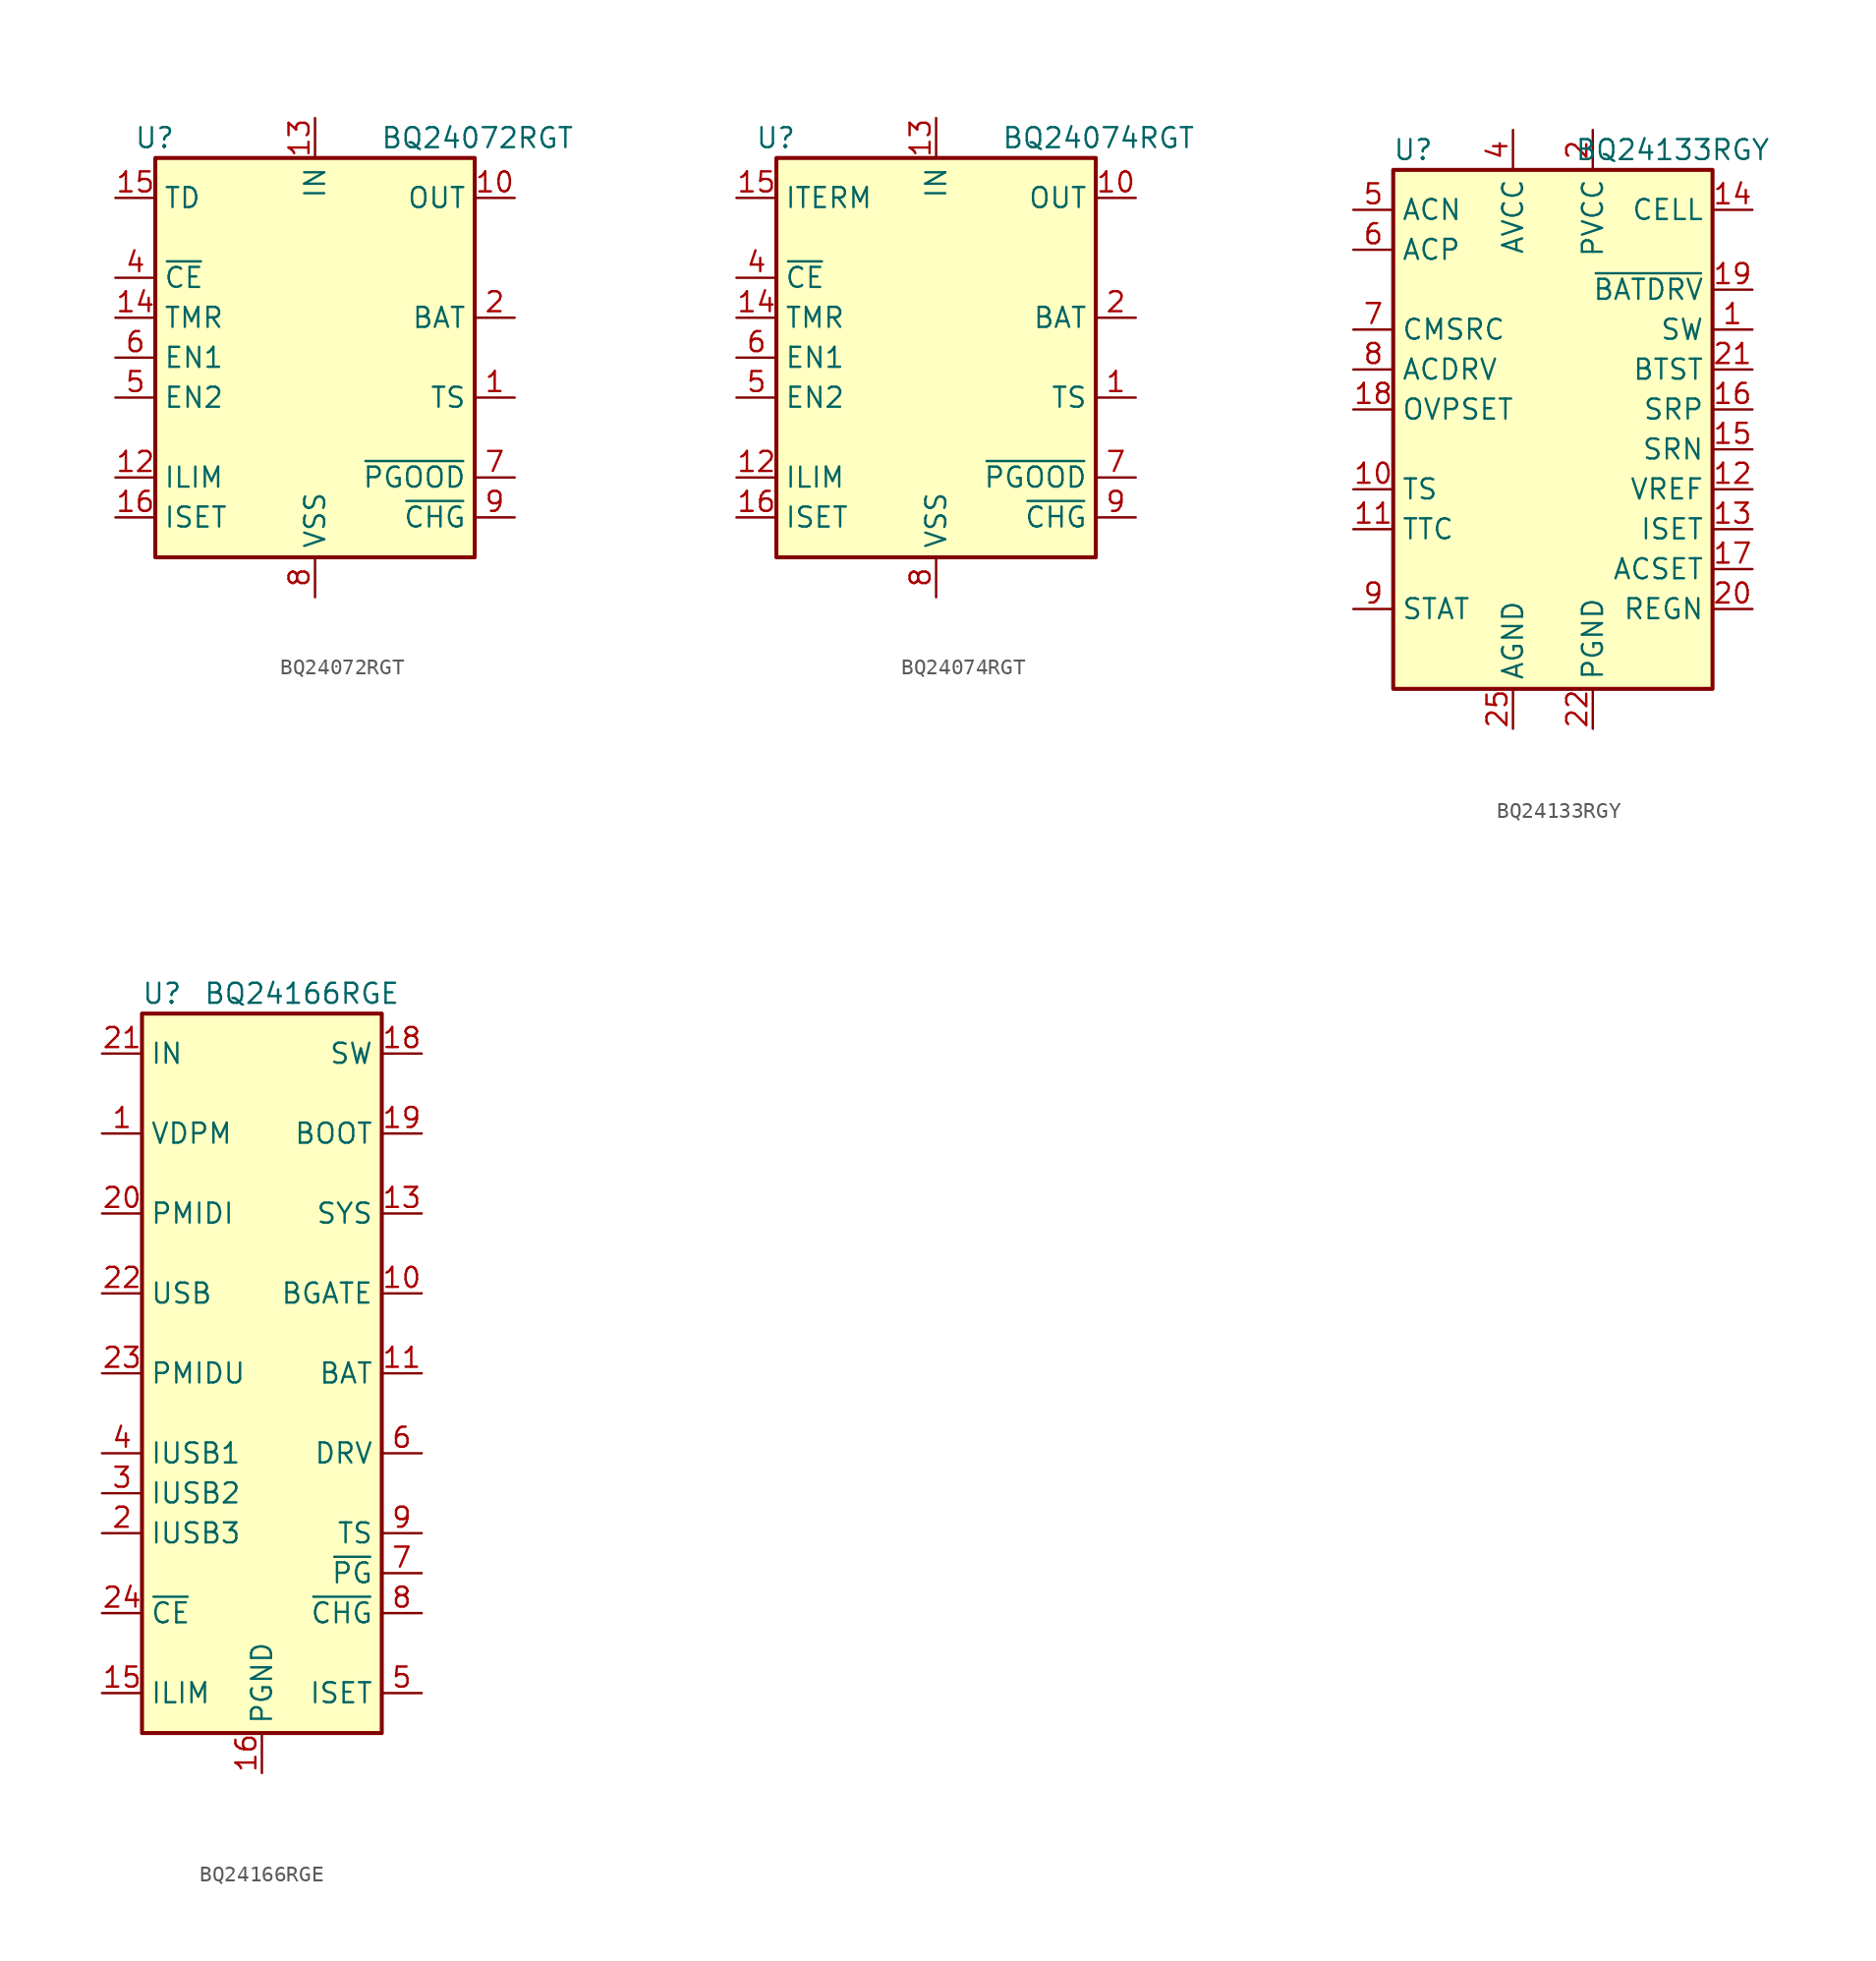
<source format=kicad_sym>
(kicad_symbol_lib
  (version 20241209)
  (generator "kicad_symbol_editor")
  (generator_version "9.0")
  (symbol "BQ24072RGT"
    (property "Reference" "U"
      (at -8.89 13.97 0)
      (effects (font (size 1.27 1.27)) (justify right)))
    (property "Value" "BQ24072RGT"
      (at 16.51 13.97 0)
      (effects (font (size 1.27 1.27)) (justify right)))
    (symbol "BQ24072RGT_0_1"
      (rectangle (start -10.16 12.7) (end 10.16 -12.7) (stroke (width 0.254) (type default)) (fill (type background))))
    (symbol "BQ24072RGT_1_1"
      (pin input line (at -12.7 10.16 0) (length 2.54) (name "TD" (effects (font (size 1.27 1.27)))) (number "15" (effects (font (size 1.27 1.27)))))
      (pin input line (at -12.7 5.08 0) (length 2.54) (name "~{CE}" (effects (font (size 1.27 1.27)))) (number "4" (effects (font (size 1.27 1.27)))))
      (pin input line (at -12.7 2.54 0) (length 2.54) (name "TMR" (effects (font (size 1.27 1.27)))) (number "14" (effects (font (size 1.27 1.27)))))
      (pin input line (at -12.7 0 0) (length 2.54) (name "EN1" (effects (font (size 1.27 1.27)))) (number "6" (effects (font (size 1.27 1.27)))))
      (pin input line (at -12.7 -2.54 0) (length 2.54) (name "EN2" (effects (font (size 1.27 1.27)))) (number "5" (effects (font (size 1.27 1.27)))))
      (pin passive line (at -12.7 -7.62 0) (length 2.54) (name "ILIM" (effects (font (size 1.27 1.27)))) (number "12" (effects (font (size 1.27 1.27)))))
      (pin passive line (at -12.7 -10.16 0) (length 2.54) (name "ISET" (effects (font (size 1.27 1.27)))) (number "16" (effects (font (size 1.27 1.27)))))
      (pin power_in line (at 0 15.24 270) (length 2.54) (name "IN" (effects (font (size 1.27 1.27)))) (number "13" (effects (font (size 1.27 1.27)))))
      (pin passive line (at 0 -15.24 90) (length 2.54) (hide yes) (name "VSS" (effects (font (size 1.27 1.27)))) (number "17" (effects (font (size 1.27 1.27)))))
      (pin power_in line (at 0 -15.24 90) (length 2.54) (name "VSS" (effects (font (size 1.27 1.27)))) (number "8" (effects (font (size 1.27 1.27)))))
      (pin power_out line (at 12.7 10.16 180) (length 2.54) (name "OUT" (effects (font (size 1.27 1.27)))) (number "10" (effects (font (size 1.27 1.27)))))
      (pin passive line (at 12.7 10.16 180) (length 2.54) (hide yes) (name "OUT" (effects (font (size 1.27 1.27)))) (number "11" (effects (font (size 1.27 1.27)))))
      (pin power_out line (at 12.7 2.54 180) (length 2.54) (name "BAT" (effects (font (size 1.27 1.27)))) (number "2" (effects (font (size 1.27 1.27)))))
      (pin passive line (at 12.7 2.54 180) (length 2.54) (hide yes) (name "BAT" (effects (font (size 1.27 1.27)))) (number "3" (effects (font (size 1.27 1.27)))))
      (pin passive line (at 12.7 -2.54 180) (length 2.54) (name "TS" (effects (font (size 1.27 1.27)))) (number "1" (effects (font (size 1.27 1.27)))))
      (pin open_collector line (at 12.7 -7.62 180) (length 2.54) (name "~{PGOOD}" (effects (font (size 1.27 1.27)))) (number "7" (effects (font (size 1.27 1.27)))))
      (pin open_collector line (at 12.7 -10.16 180) (length 2.54) (name "~{CHG}" (effects (font (size 1.27 1.27)))) (number "9" (effects (font (size 1.27 1.27)))))))
  (symbol "BQ24074RGT"
    (property "Reference" "U"
      (at -8.89 13.97 0)
      (effects (font (size 1.27 1.27)) (justify right)))
    (property "Value" "BQ24074RGT"
      (at 16.51 13.97 0)
      (effects (font (size 1.27 1.27)) (justify right)))
    (symbol "BQ24074RGT_0_1"
      (rectangle (start -10.16 12.7) (end 10.16 -12.7) (stroke (width 0.254) (type default)) (fill (type background))))
    (symbol "BQ24074RGT_1_1"
      (pin input line (at -12.7 10.16 0) (length 2.54) (name "ITERM" (effects (font (size 1.27 1.27)))) (number "15" (effects (font (size 1.27 1.27)))))
      (pin input line (at -12.7 5.08 0) (length 2.54) (name "~{CE}" (effects (font (size 1.27 1.27)))) (number "4" (effects (font (size 1.27 1.27)))))
      (pin input line (at -12.7 2.54 0) (length 2.54) (name "TMR" (effects (font (size 1.27 1.27)))) (number "14" (effects (font (size 1.27 1.27)))))
      (pin input line (at -12.7 0 0) (length 2.54) (name "EN1" (effects (font (size 1.27 1.27)))) (number "6" (effects (font (size 1.27 1.27)))))
      (pin input line (at -12.7 -2.54 0) (length 2.54) (name "EN2" (effects (font (size 1.27 1.27)))) (number "5" (effects (font (size 1.27 1.27)))))
      (pin passive line (at -12.7 -7.62 0) (length 2.54) (name "ILIM" (effects (font (size 1.27 1.27)))) (number "12" (effects (font (size 1.27 1.27)))))
      (pin passive line (at -12.7 -10.16 0) (length 2.54) (name "ISET" (effects (font (size 1.27 1.27)))) (number "16" (effects (font (size 1.27 1.27)))))
      (pin power_in line (at 0 15.24 270) (length 2.54) (name "IN" (effects (font (size 1.27 1.27)))) (number "13" (effects (font (size 1.27 1.27)))))
      (pin passive line (at 0 -15.24 90) (length 2.54) (hide yes) (name "VSS" (effects (font (size 1.27 1.27)))) (number "17" (effects (font (size 1.27 1.27)))))
      (pin power_in line (at 0 -15.24 90) (length 2.54) (name "VSS" (effects (font (size 1.27 1.27)))) (number "8" (effects (font (size 1.27 1.27)))))
      (pin power_out line (at 12.7 10.16 180) (length 2.54) (name "OUT" (effects (font (size 1.27 1.27)))) (number "10" (effects (font (size 1.27 1.27)))))
      (pin passive line (at 12.7 10.16 180) (length 2.54) (hide yes) (name "OUT" (effects (font (size 1.27 1.27)))) (number "11" (effects (font (size 1.27 1.27)))))
      (pin power_out line (at 12.7 2.54 180) (length 2.54) (name "BAT" (effects (font (size 1.27 1.27)))) (number "2" (effects (font (size 1.27 1.27)))))
      (pin passive line (at 12.7 2.54 180) (length 2.54) (hide yes) (name "BAT" (effects (font (size 1.27 1.27)))) (number "3" (effects (font (size 1.27 1.27)))))
      (pin passive line (at 12.7 -2.54 180) (length 2.54) (name "TS" (effects (font (size 1.27 1.27)))) (number "1" (effects (font (size 1.27 1.27)))))
      (pin open_collector line (at 12.7 -7.62 180) (length 2.54) (name "~{PGOOD}" (effects (font (size 1.27 1.27)))) (number "7" (effects (font (size 1.27 1.27)))))
      (pin open_collector line (at 12.7 -10.16 180) (length 2.54) (name "~{CHG}" (effects (font (size 1.27 1.27)))) (number "9" (effects (font (size 1.27 1.27)))))))
  (symbol "BQ24133RGY"
    (property "Reference" "U"
      (at -8.89 19.05 0)
      (effects (font (size 1.27 1.27))))
    (property "Value" "BQ24133RGY"
      (at 7.62 19.05 0)
      (effects (font (size 1.27 1.27))))
    (symbol "BQ24133RGY_0_1"
      (rectangle (start -10.16 -15.24) (end 10.16 17.78) (stroke (width 0.254) (type default)) (fill (type background))))
    (symbol "BQ24133RGY_1_1"
      (pin input line (at -12.7 15.24 0) (length 2.54) (name "ACN" (effects (font (size 1.27 1.27)))) (number "5" (effects (font (size 1.27 1.27)))))
      (pin input line (at -12.7 12.7 0) (length 2.54) (name "ACP" (effects (font (size 1.27 1.27)))) (number "6" (effects (font (size 1.27 1.27)))))
      (pin output line (at -12.7 7.62 0) (length 2.54) (name "CMSRC" (effects (font (size 1.27 1.27)))) (number "7" (effects (font (size 1.27 1.27)))))
      (pin output line (at -12.7 5.08 0) (length 2.54) (name "ACDRV" (effects (font (size 1.27 1.27)))) (number "8" (effects (font (size 1.27 1.27)))))
      (pin input line (at -12.7 2.54 0) (length 2.54) (name "OVPSET" (effects (font (size 1.27 1.27)))) (number "18" (effects (font (size 1.27 1.27)))))
      (pin input line (at -12.7 -2.54 0) (length 2.54) (name "TS" (effects (font (size 1.27 1.27)))) (number "10" (effects (font (size 1.27 1.27)))))
      (pin passive line (at -12.7 -5.08 0) (length 2.54) (name "TTC" (effects (font (size 1.27 1.27)))) (number "11" (effects (font (size 1.27 1.27)))))
      (pin open_collector line (at -12.7 -10.16 0) (length 2.54) (name "STAT" (effects (font (size 1.27 1.27)))) (number "9" (effects (font (size 1.27 1.27)))))
      (pin power_in line (at -2.54 20.32 270) (length 2.54) (name "AVCC" (effects (font (size 1.27 1.27)))) (number "4" (effects (font (size 1.27 1.27)))))
      (pin power_in line (at -2.54 -17.78 90) (length 2.54) (name "AGND" (effects (font (size 1.27 1.27)))) (number "25" (effects (font (size 1.27 1.27)))))
      (pin power_in line (at 2.54 20.32 270) (length 2.54) (name "PVCC" (effects (font (size 1.27 1.27)))) (number "2" (effects (font (size 1.27 1.27)))))
      (pin passive line (at 2.54 20.32 270) (length 2.54) (hide yes) (name "PVCC" (effects (font (size 1.27 1.27)))) (number "3" (effects (font (size 1.27 1.27)))))
      (pin power_in line (at 2.54 -17.78 90) (length 2.54) (name "PGND" (effects (font (size 1.27 1.27)))) (number "22" (effects (font (size 1.27 1.27)))))
      (pin passive line (at 2.54 -17.78 90) (length 2.54) (hide yes) (name "PGND" (effects (font (size 1.27 1.27)))) (number "23" (effects (font (size 1.27 1.27)))))
      (pin passive line (at 12.7 15.24 180) (length 2.54) (name "CELL" (effects (font (size 1.27 1.27)))) (number "14" (effects (font (size 1.27 1.27)))))
      (pin output line (at 12.7 10.16 180) (length 2.54) (name "~{BATDRV}" (effects (font (size 1.27 1.27)))) (number "19" (effects (font (size 1.27 1.27)))))
      (pin power_out line (at 12.7 7.62 180) (length 2.54) (name "SW" (effects (font (size 1.27 1.27)))) (number "1" (effects (font (size 1.27 1.27)))))
      (pin passive line (at 12.7 7.62 180) (length 2.54) (hide yes) (name "SW" (effects (font (size 1.27 1.27)))) (number "24" (effects (font (size 1.27 1.27)))))
      (pin passive line (at 12.7 5.08 180) (length 2.54) (name "BTST" (effects (font (size 1.27 1.27)))) (number "21" (effects (font (size 1.27 1.27)))))
      (pin input line (at 12.7 2.54 180) (length 2.54) (name "SRP" (effects (font (size 1.27 1.27)))) (number "16" (effects (font (size 1.27 1.27)))))
      (pin input line (at 12.7 0 180) (length 2.54) (name "SRN" (effects (font (size 1.27 1.27)))) (number "15" (effects (font (size 1.27 1.27)))))
      (pin power_out line (at 12.7 -2.54 180) (length 2.54) (name "VREF" (effects (font (size 1.27 1.27)))) (number "12" (effects (font (size 1.27 1.27)))))
      (pin input line (at 12.7 -5.08 180) (length 2.54) (name "ISET" (effects (font (size 1.27 1.27)))) (number "13" (effects (font (size 1.27 1.27)))))
      (pin input line (at 12.7 -7.62 180) (length 2.54) (name "ACSET" (effects (font (size 1.27 1.27)))) (number "17" (effects (font (size 1.27 1.27)))))
      (pin passive line (at 12.7 -10.16 180) (length 2.54) (name "REGN" (effects (font (size 1.27 1.27)))) (number "20" (effects (font (size 1.27 1.27)))))))
  (symbol "BQ24166RGE"
    (property "Reference" "U"
      (at -6.35 24.13 0)
      (effects (font (size 1.27 1.27))))
    (property "Value" "BQ24166RGE"
      (at 2.54 24.13 0)
      (effects (font (size 1.27 1.27))))
    (symbol "BQ24166RGE_0_1"
      (rectangle (start -7.62 22.86) (end 7.62 -22.86) (stroke (width 0.254) (type default)) (fill (type background))))
    (symbol "BQ24166RGE_1_1"
      (pin input line (at -10.16 20.32 0) (length 2.54) (name "IN" (effects (font (size 1.27 1.27)))) (number "21" (effects (font (size 1.27 1.27)))))
      (pin input line (at -10.16 15.24 0) (length 2.54) (name "VDPM" (effects (font (size 1.27 1.27)))) (number "1" (effects (font (size 1.27 1.27)))))
      (pin passive line (at -10.16 10.16 0) (length 2.54) (name "PMIDI" (effects (font (size 1.27 1.27)))) (number "20" (effects (font (size 1.27 1.27)))))
      (pin power_in line (at -10.16 5.08 0) (length 2.54) (name "USB" (effects (font (size 1.27 1.27)))) (number "22" (effects (font (size 1.27 1.27)))))
      (pin passive line (at -10.16 0 0) (length 2.54) (name "PMIDU" (effects (font (size 1.27 1.27)))) (number "23" (effects (font (size 1.27 1.27)))))
      (pin passive line (at -10.16 -5.08 0) (length 2.54) (name "IUSB1" (effects (font (size 1.27 1.27)))) (number "4" (effects (font (size 1.27 1.27)))))
      (pin passive line (at -10.16 -7.62 0) (length 2.54) (name "IUSB2" (effects (font (size 1.27 1.27)))) (number "3" (effects (font (size 1.27 1.27)))))
      (pin passive line (at -10.16 -10.16 0) (length 2.54) (name "IUSB3" (effects (font (size 1.27 1.27)))) (number "2" (effects (font (size 1.27 1.27)))))
      (pin input line (at -10.16 -15.24 0) (length 2.54) (name "~{CE}" (effects (font (size 1.27 1.27)))) (number "24" (effects (font (size 1.27 1.27)))))
      (pin passive line (at -10.16 -20.32 0) (length 2.54) (name "ILIM" (effects (font (size 1.27 1.27)))) (number "15" (effects (font (size 1.27 1.27)))))
      (pin power_in line (at 0 -25.4 90) (length 2.54) (name "PGND" (effects (font (size 1.27 1.27)))) (number "16" (effects (font (size 1.27 1.27)))))
      (pin passive line (at 0 -25.4 90) (length 2.54) (hide yes) (name "PGND" (effects (font (size 1.27 1.27)))) (number "17" (effects (font (size 1.27 1.27)))))
      (pin passive line (at 0 -25.4 90) (length 2.54) (hide yes) (name "PGND" (effects (font (size 1.27 1.27)))) (number "25" (effects (font (size 1.27 1.27)))))
      (pin passive line (at 10.16 20.32 180) (length 2.54) (name "SW" (effects (font (size 1.27 1.27)))) (number "18" (effects (font (size 1.27 1.27)))))
      (pin passive line (at 10.16 15.24 180) (length 2.54) (name "BOOT" (effects (font (size 1.27 1.27)))) (number "19" (effects (font (size 1.27 1.27)))))
      (pin power_out line (at 10.16 10.16 180) (length 2.54) (name "SYS" (effects (font (size 1.27 1.27)))) (number "13" (effects (font (size 1.27 1.27)))))
      (pin passive line (at 10.16 10.16 180) (length 2.54) (hide yes) (name "SYS" (effects (font (size 1.27 1.27)))) (number "14" (effects (font (size 1.27 1.27)))))
      (pin output line (at 10.16 5.08 180) (length 2.54) (name "BGATE" (effects (font (size 1.27 1.27)))) (number "10" (effects (font (size 1.27 1.27)))))
      (pin passive line (at 10.16 0 180) (length 2.54) (name "BAT" (effects (font (size 1.27 1.27)))) (number "11" (effects (font (size 1.27 1.27)))))
      (pin passive line (at 10.16 0 180) (length 2.54) (hide yes) (name "BAT" (effects (font (size 1.27 1.27)))) (number "12" (effects (font (size 1.27 1.27)))))
      (pin output line (at 10.16 -5.08 180) (length 2.54) (name "DRV" (effects (font (size 1.27 1.27)))) (number "6" (effects (font (size 1.27 1.27)))))
      (pin passive line (at 10.16 -10.16 180) (length 2.54) (name "TS" (effects (font (size 1.27 1.27)))) (number "9" (effects (font (size 1.27 1.27)))))
      (pin open_collector line (at 10.16 -12.7 180) (length 2.54) (name "~{PG}" (effects (font (size 1.27 1.27)))) (number "7" (effects (font (size 1.27 1.27)))))
      (pin open_collector line (at 10.16 -15.24 180) (length 2.54) (name "~{CHG}" (effects (font (size 1.27 1.27)))) (number "8" (effects (font (size 1.27 1.27)))))
      (pin passive line (at 10.16 -20.32 180) (length 2.54) (name "ISET" (effects (font (size 1.27 1.27)))) (number "5" (effects (font (size 1.27 1.27))))))))
</source>
